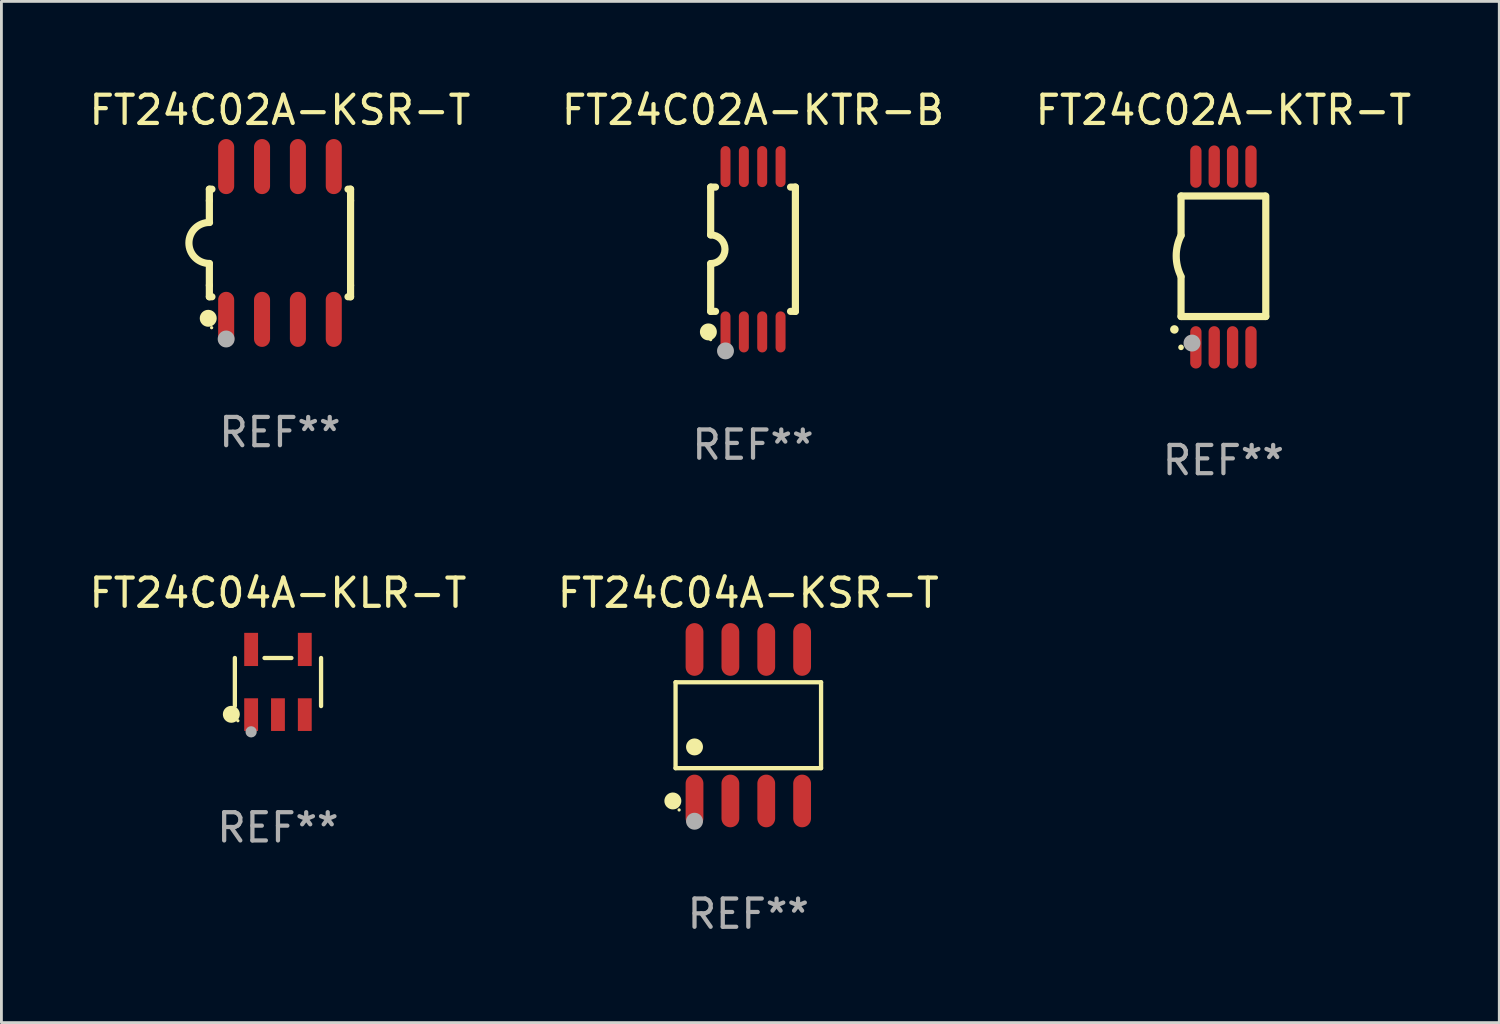
<source format=kicad_pcb>
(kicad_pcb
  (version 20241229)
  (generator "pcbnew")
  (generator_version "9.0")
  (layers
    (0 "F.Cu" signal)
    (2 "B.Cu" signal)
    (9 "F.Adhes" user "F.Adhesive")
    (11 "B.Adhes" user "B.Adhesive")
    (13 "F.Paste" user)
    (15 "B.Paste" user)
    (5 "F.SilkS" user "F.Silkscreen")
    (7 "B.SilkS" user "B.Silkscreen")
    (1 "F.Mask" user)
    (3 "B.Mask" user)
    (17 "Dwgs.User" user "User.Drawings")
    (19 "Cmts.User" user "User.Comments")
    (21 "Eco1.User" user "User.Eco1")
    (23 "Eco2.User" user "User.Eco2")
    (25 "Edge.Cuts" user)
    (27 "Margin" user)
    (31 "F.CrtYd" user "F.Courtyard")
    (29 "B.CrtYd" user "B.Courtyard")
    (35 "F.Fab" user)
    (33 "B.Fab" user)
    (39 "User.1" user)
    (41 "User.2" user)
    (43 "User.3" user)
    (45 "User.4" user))
  (footprint "FT24C02A-KTR-B"
    (layer "F.Cu")
    (at 23.613 5.775)
    (property "Reference" "FT24C02A-KTR-B" (at 0 -4.927 0) (layer "F.SilkS") (effects (font (size 1 1) (thickness 0.15))))
    (attr through_hole)
    (fp_line (start -1.5 -2.2) (end -1.5 -0.508) (stroke (width 0.254) (type solid)) (layer "F.SilkS"))
    (fp_line (start -1.5 -2.2) (end -1.328 -2.2) (stroke (width 0.254) (type solid)) (layer "F.SilkS"))
    (fp_line (start -1.5 2.2) (end -1.5 0.508) (stroke (width 0.254) (type solid)) (layer "F.SilkS"))
    (fp_line (start -1.5 2.2) (end -1.328 2.2) (stroke (width 0.254) (type solid)) (layer "F.SilkS"))
    (fp_line (start 1.328 -2.2) (end 1.5 -2.2) (stroke (width 0.254) (type solid)) (layer "F.SilkS"))
    (fp_line (start 1.328 2.2) (end 1.5 2.2) (stroke (width 0.254) (type solid)) (layer "F.SilkS"))
    (fp_line (start 1.5 -2.2) (end 1.5 2.2) (stroke (width 0.254) (type solid)) (layer "F.SilkS"))
    (fp_arc (start -1.501144 -0.508) (mid -0.993143 -0.000571) (end -1.5 0.508001) (stroke (width 0.254001) (type solid)) (layer "F.SilkS"))
    (fp_circle (center -1.581 2.927) (end -1.431 2.927) (stroke (width 0.3) (type solid)) (fill no) (layer "F.SilkS"))
    (fp_circle (center -1.5 3.2) (end -1.47 3.2) (stroke (width 0.06) (type solid)) (fill no) (layer "F.SilkS"))
    (fp_circle (center -0.975 3.6) (end -0.825 3.6) (stroke (width 0.3) (type solid)) (fill no) (layer "F.Fab"))
    (fp_text user "REF**" (at 0 6.927 0) (layer "F.Fab") (effects (font (size 1 1) (thickness 0.15))))
    (pad "1" smd oval (at -0.975 2.927) (size 0.353 1.454) (layers "F.Cu" "F.Mask" "F.Paste"))
    (pad "2" smd oval (at -0.325 2.927) (size 0.353 1.454) (layers "F.Cu" "F.Mask" "F.Paste"))
    (pad "3" smd oval (at 0.325 2.927) (size 0.353 1.454) (layers "F.Cu" "F.Mask" "F.Paste"))
    (pad "4" smd oval (at 0.975 2.927) (size 0.353 1.454) (layers "F.Cu" "F.Mask" "F.Paste"))
    (pad "5" smd oval (at 0.975 -2.927) (size 0.353 1.454) (layers "F.Cu" "F.Mask" "F.Paste"))
    (pad "6" smd oval (at 0.325 -2.927) (size 0.353 1.454) (layers "F.Cu" "F.Mask" "F.Paste"))
    (pad "7" smd oval (at -0.325 -2.927) (size 0.353 1.454) (layers "F.Cu" "F.Mask" "F.Paste"))
    (pad "8" smd oval (at -0.975 -2.927) (size 0.353 1.454) (layers "F.Cu" "F.Mask" "F.Paste")))
  (footprint "FT24C02A-KSR-T"
    (layer "F.Cu")
    (at 6.863 5.553)
    (property "Reference" "FT24C02A-KSR-T" (at 0 -4.705 0) (layer "F.SilkS") (effects (font (size 1 1) (thickness 0.15))))
    (attr through_hole)
    (fp_line (start -2.5 -1.905) (end -2.409 -1.905) (stroke (width 0.254) (type solid)) (layer "F.SilkS"))
    (fp_line (start -2.5 -1.5) (end -2.5 -1.905) (stroke (width 0.254) (type solid)) (layer "F.SilkS"))
    (fp_line (start -2.5 -1.5) (end -2.5 -0.726) (stroke (width 0.254) (type solid)) (layer "F.SilkS"))
    (fp_line (start -2.5 1.5) (end -2.5 0.727) (stroke (width 0.254) (type solid)) (layer "F.SilkS"))
    (fp_line (start -2.5 1.5) (end -2.5 1.905) (stroke (width 0.254) (type solid)) (layer "F.SilkS"))
    (fp_line (start -2.5 1.905) (end -2.409 1.905) (stroke (width 0.254) (type solid)) (layer "F.SilkS"))
    (fp_line (start 2.5 -1.905) (end 2.409 -1.905) (stroke (width 0.254) (type solid)) (layer "F.SilkS"))
    (fp_line (start 2.5 -1.5) (end 2.5 -1.905) (stroke (width 0.254) (type solid)) (layer "F.SilkS"))
    (fp_line (start 2.5 -1.5) (end 2.5 1.5) (stroke (width 0.254) (type solid)) (layer "F.SilkS"))
    (fp_line (start 2.5 1.5) (end 2.5 1.905) (stroke (width 0.254) (type solid)) (layer "F.SilkS"))
    (fp_line (start 2.5 1.905) (end 2.409 1.905) (stroke (width 0.254) (type solid)) (layer "F.SilkS"))
    (fp_arc (start -2.5 0.726568) (mid -3.220316 -0.0023) (end -2.495097 -0.726289) (stroke (width 0.254001) (type solid)) (layer "F.SilkS"))
    (fp_circle (center -2.54 2.667) (end -2.39 2.667) (stroke (width 0.3) (type solid)) (fill no) (layer "F.SilkS"))
    (fp_circle (center -2.42 3) (end -2.39 3) (stroke (width 0.06) (type solid)) (fill no) (layer "F.SilkS"))
    (fp_circle (center -1.905 3.4) (end -1.755 3.4) (stroke (width 0.3) (type solid)) (fill no) (layer "F.Fab"))
    (fp_text user "REF**" (at 0 6.705 0) (layer "F.Fab") (effects (font (size 1 1) (thickness 0.15))))
    (pad "1" smd oval (at -1.905 2.705) (size 0.568 1.95) (layers "F.Cu" "F.Mask" "F.Paste"))
    (pad "2" smd oval (at -0.635 2.705) (size 0.568 1.95) (layers "F.Cu" "F.Mask" "F.Paste"))
    (pad "3" smd oval (at 0.635 2.705) (size 0.568 1.95) (layers "F.Cu" "F.Mask" "F.Paste"))
    (pad "4" smd oval (at 1.905 2.705) (size 0.568 1.95) (layers "F.Cu" "F.Mask" "F.Paste"))
    (pad "5" smd oval (at 1.905 -2.705) (size 0.568 1.95) (layers "F.Cu" "F.Mask" "F.Paste"))
    (pad "6" smd oval (at 0.635 -2.705) (size 0.568 1.95) (layers "F.Cu" "F.Mask" "F.Paste"))
    (pad "7" smd oval (at -0.635 -2.705) (size 0.568 1.95) (layers "F.Cu" "F.Mask" "F.Paste"))
    (pad "8" smd oval (at -1.905 -2.705) (size 0.568 1.95) (layers "F.Cu" "F.Mask" "F.Paste")))
  (footprint "FT24C04A-KSR-T"
    (layer "F.Cu")
    (at 23.446 22.628)
    (property "Reference" "FT24C04A-KSR-T" (at 0 -4.682 0) (layer "F.SilkS") (effects (font (size 1 1) (thickness 0.15))))
    (attr through_hole)
    (fp_line (start -2.576 -1.521) (end 2.576 -1.521) (stroke (width 0.152) (type solid)) (layer "F.SilkS"))
    (fp_line (start -2.576 1.521) (end -2.576 -1.521) (stroke (width 0.152) (type solid)) (layer "F.SilkS"))
    (fp_line (start 2.576 -1.521) (end 2.576 1.521) (stroke (width 0.152) (type solid)) (layer "F.SilkS"))
    (fp_line (start 2.576 1.521) (end -2.576 1.521) (stroke (width 0.152) (type solid)) (layer "F.SilkS"))
    (fp_circle (center -2.672 2.682) (end -2.522 2.682) (stroke (width 0.3) (type solid)) (fill no) (layer "F.SilkS"))
    (fp_circle (center -2.45 3) (end -2.42 3) (stroke (width 0.06) (type solid)) (fill no) (layer "F.SilkS"))
    (fp_circle (center -1.905 0.769) (end -1.755 0.769) (stroke (width 0.3) (type solid)) (fill no) (layer "F.SilkS"))
    (fp_circle (center -1.905 3.4) (end -1.755 3.4) (stroke (width 0.3) (type solid)) (fill no) (layer "F.Fab"))
    (fp_text user "REF**" (at 0 6.682 0) (layer "F.Fab") (effects (font (size 1 1) (thickness 0.15))))
    (pad "1" smd oval (at -1.905 2.682) (size 0.63 1.865) (layers "F.Cu" "F.Mask" "F.Paste"))
    (pad "2" smd oval (at -0.635 2.682) (size 0.63 1.865) (layers "F.Cu" "F.Mask" "F.Paste"))
    (pad "3" smd oval (at 0.635 2.682) (size 0.63 1.865) (layers "F.Cu" "F.Mask" "F.Paste"))
    (pad "4" smd oval (at 1.905 2.682) (size 0.63 1.865) (layers "F.Cu" "F.Mask" "F.Paste"))
    (pad "5" smd oval (at 1.905 -2.682) (size 0.63 1.865) (layers "F.Cu" "F.Mask" "F.Paste"))
    (pad "6" smd oval (at 0.635 -2.682) (size 0.63 1.865) (layers "F.Cu" "F.Mask" "F.Paste"))
    (pad "7" smd oval (at -0.635 -2.682) (size 0.63 1.865) (layers "F.Cu" "F.Mask" "F.Paste"))
    (pad "8" smd oval (at -1.905 -2.682) (size 0.63 1.865) (layers "F.Cu" "F.Mask" "F.Paste")))
  (footprint "FT24C02A-KTR-T"
    (layer "F.Cu")
    (at 40.268 6.049)
    (property "Reference" "FT24C02A-KTR-T" (at 0 -5.2 0) (layer "F.SilkS") (effects (font (size 1 1) (thickness 0.15))))
    (attr through_hole)
    (fp_line (start -1.5 -0.762) (end -1.5 -2.159) (stroke (width 0.254) (type solid)) (layer "F.SilkS"))
    (fp_line (start -1.5 2.108) (end -1.5 0.711) (stroke (width 0.254) (type solid)) (layer "F.SilkS"))
    (fp_line (start -1.5 2.108) (end 1.5 2.108) (stroke (width 0.254) (type solid)) (layer "F.SilkS"))
    (fp_line (start 1.463 -2.159) (end -1.5 -2.159) (stroke (width 0.254) (type solid)) (layer "F.SilkS"))
    (fp_line (start 1.5 2.108) (end 1.5 -2.159) (stroke (width 0.254) (type solid)) (layer "F.SilkS"))
    (fp_arc (start -1.737287 2.565405) (mid -1.736017 2.5654) (end -1.734747 2.565405) (stroke (width 0.3) (type solid)) (layer "F.SilkS"))
    (fp_arc (start -1.500076 0.685801) (mid -1.670966 -0.0381) (end -1.500076 -0.762002) (stroke (width 0.254001) (type solid)) (layer "F.SilkS"))
    (fp_circle (center -1.5 3.2) (end -1.45 3.2) (stroke (width 0.1) (type solid)) (fill no) (layer "F.SilkS"))
    (fp_circle (center -1.112 3.048) (end -0.962 3.048) (stroke (width 0.3) (type solid)) (fill no) (layer "F.Fab"))
    (fp_text user "REF**" (at 0 7.2 0) (layer "F.Fab") (effects (font (size 1 1) (thickness 0.15))))
    (pad "1" smd oval (at -0.975 3.2 180) (size 0.4 1.5) (layers "F.Cu" "F.Mask" "F.Paste"))
    (pad "2" smd oval (at -0.325 3.2 180) (size 0.4 1.5) (layers "F.Cu" "F.Mask" "F.Paste"))
    (pad "3" smd oval (at 0.325 3.2 180) (size 0.4 1.5) (layers "F.Cu" "F.Mask" "F.Paste"))
    (pad "4" smd oval (at 0.976 3.2 180) (size 0.4 1.5) (layers "F.Cu" "F.Mask" "F.Paste"))
    (pad "5" smd oval (at 0.976 -3.2 180) (size 0.4 1.5) (layers "F.Cu" "F.Mask" "F.Paste"))
    (pad "6" smd oval (at 0.325 -3.2 180) (size 0.4 1.5) (layers "F.Cu" "F.Mask" "F.Paste"))
    (pad "7" smd oval (at -0.325 -3.2 180) (size 0.4 1.5) (layers "F.Cu" "F.Mask" "F.Paste"))
    (pad "8" smd oval (at -0.975 -3.2 180) (size 0.4 1.5) (layers "F.Cu" "F.Mask" "F.Paste")))
  (footprint "FT24C04A-KLR-T"
    (layer "F.Cu")
    (at 6.792 21.099)
    (property "Reference" "FT24C04A-KLR-T" (at 0 -3.154 0) (layer "F.SilkS") (effects (font (size 1 1) (thickness 0.15))))
    (attr through_hole)
    (fp_line (start -1.526 0.851) (end -1.526 -0.851) (stroke (width 0.152) (type solid)) (layer "F.SilkS"))
    (fp_line (start 0.476 -0.851) (end -0.476 -0.851) (stroke (width 0.152) (type solid)) (layer "F.SilkS"))
    (fp_line (start 1.526 0.851) (end 1.526 -0.851) (stroke (width 0.152) (type solid)) (layer "F.SilkS"))
    (fp_circle (center -1.651 1.143) (end -1.501 1.143) (stroke (width 0.3) (type solid)) (fill no) (layer "F.SilkS"))
    (fp_circle (center -1.42 1.37) (end -1.39 1.37) (stroke (width 0.06) (type solid)) (fill no) (layer "F.SilkS"))
    (fp_circle (center -0.95 1.763) (end -0.85 1.763) (stroke (width 0.2) (type solid)) (fill no) (layer "F.Fab"))
    (fp_text user "REF**" (at 0 5.154 0) (layer "F.Fab") (effects (font (size 1 1) (thickness 0.15))))
    (pad "1" smd rect (at -0.95 1.154) (size 0.49 1.157) (layers "F.Cu" "F.Mask" "F.Paste"))
    (pad "2" smd rect (at 0 1.154) (size 0.49 1.157) (layers "F.Cu" "F.Mask" "F.Paste"))
    (pad "3" smd rect (at 0.95 1.154) (size 0.49 1.157) (layers "F.Cu" "F.Mask" "F.Paste"))
    (pad "4" smd rect (at 0.95 -1.154) (size 0.49 1.175) (layers "F.Cu" "F.Mask" "F.Paste"))
    (pad "5" smd rect (at -0.95 -1.154) (size 0.49 1.175) (layers "F.Cu" "F.Mask" "F.Paste")))
  (gr_rect
    (start -3 -3)
    (end 50.036 33.159)
    (stroke (width 0.1) (type default))
    (fill no)
    (layer "Edge.Cuts")))
</source>
